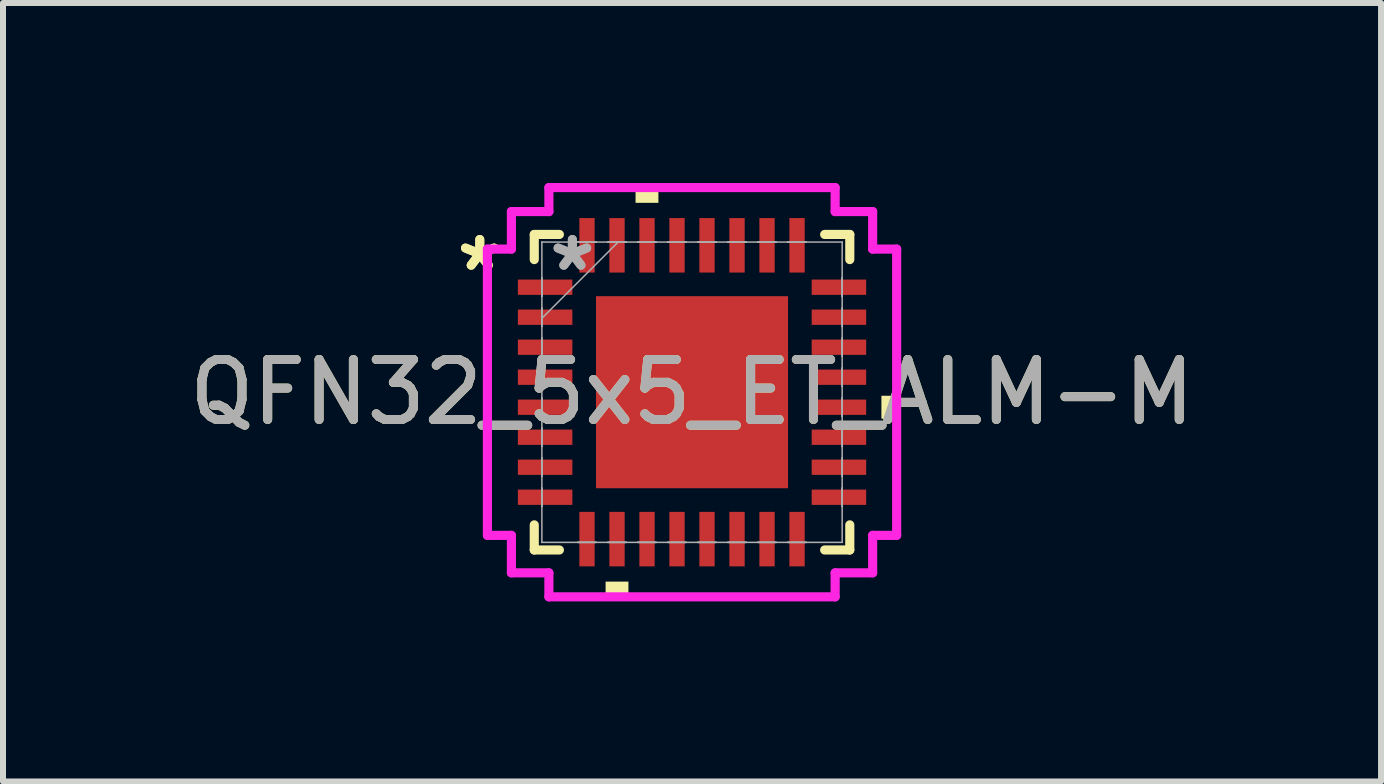
<source format=kicad_pcb>
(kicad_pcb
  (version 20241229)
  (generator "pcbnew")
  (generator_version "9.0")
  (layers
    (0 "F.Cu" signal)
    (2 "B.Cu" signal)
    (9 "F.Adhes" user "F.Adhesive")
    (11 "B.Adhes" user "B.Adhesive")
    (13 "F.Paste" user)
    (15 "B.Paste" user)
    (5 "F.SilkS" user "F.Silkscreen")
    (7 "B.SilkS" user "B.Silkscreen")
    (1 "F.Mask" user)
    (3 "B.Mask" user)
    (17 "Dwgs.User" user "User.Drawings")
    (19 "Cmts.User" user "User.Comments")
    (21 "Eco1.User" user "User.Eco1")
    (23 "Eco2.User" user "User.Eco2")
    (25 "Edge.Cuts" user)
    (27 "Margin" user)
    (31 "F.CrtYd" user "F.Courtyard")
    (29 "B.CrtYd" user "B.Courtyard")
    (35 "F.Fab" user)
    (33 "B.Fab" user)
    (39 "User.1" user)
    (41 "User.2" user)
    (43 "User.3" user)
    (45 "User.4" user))
  (footprint "QFN32_5x5_ET_ALM-M"
    (layer "F.Cu")
    (at 8.482 3.486)
    (property "Reference" "QFN32_5x5_ET_ALM-M" (at 0 0 0) (unlocked yes) (layer "F.SilkS") (effects (font (size 1 1) (thickness 0.15))))
    (attr smd)
    (fp_line (start -2.629 -2.629) (end -2.629 -2.21) (stroke (width 0.152) (type solid)) (layer "F.SilkS"))
    (fp_line (start -2.629 2.21) (end -2.629 2.629) (stroke (width 0.152) (type solid)) (layer "F.SilkS"))
    (fp_line (start -2.629 2.629) (end -2.21 2.629) (stroke (width 0.152) (type solid)) (layer "F.SilkS"))
    (fp_line (start -2.21 -2.629) (end -2.629 -2.629) (stroke (width 0.152) (type solid)) (layer "F.SilkS"))
    (fp_line (start 2.21 2.629) (end 2.629 2.629) (stroke (width 0.152) (type solid)) (layer "F.SilkS"))
    (fp_line (start 2.629 -2.629) (end 2.21 -2.629) (stroke (width 0.152) (type solid)) (layer "F.SilkS"))
    (fp_line (start 2.629 -2.21) (end 2.629 -2.629) (stroke (width 0.152) (type solid)) (layer "F.SilkS"))
    (fp_line (start 2.629 2.629) (end 2.629 2.21) (stroke (width 0.152) (type solid)) (layer "F.SilkS"))
    (fp_poly (pts (xy -1.44 3.156) (xy -1.44 3.41) (xy -1.06 3.41) (xy -1.06 3.156)) (stroke (width 0) (type solid)) (fill yes) (layer "F.SilkS"))
    (fp_poly (pts (xy -0.941 -3.156) (xy -0.941 -3.41) (xy -0.56 -3.41) (xy -0.56 -3.156)) (stroke (width 0) (type solid)) (fill yes) (layer "F.SilkS"))
    (fp_poly (pts (xy 3.41 0.059) (xy 3.41 0.441) (xy 3.156 0.441) (xy 3.156 0.059)) (stroke (width 0) (type solid)) (fill yes) (layer "F.SilkS"))
    (fp_poly (pts (xy -1.5 -1.5) (xy -1.5 -0.1) (xy -0.1 -0.1) (xy -0.1 -1.5)) (stroke (width 0) (type solid)) (fill yes) (layer "F.Paste"))
    (fp_poly (pts (xy -1.5 0.1) (xy -1.5 1.5) (xy -0.1 1.5) (xy -0.1 0.1)) (stroke (width 0) (type solid)) (fill yes) (layer "F.Paste"))
    (fp_poly (pts (xy 0.1 -1.5) (xy 0.1 -0.1) (xy 1.5 -0.1) (xy 1.5 -1.5)) (stroke (width 0) (type solid)) (fill yes) (layer "F.Paste"))
    (fp_poly (pts (xy 0.1 0.1) (xy 0.1 1.5) (xy 1.5 1.5) (xy 1.5 0.1)) (stroke (width 0) (type solid)) (fill yes) (layer "F.Paste"))
    (fp_line (start -3.41 -2.385) (end -3.01 -2.385) (stroke (width 0.152) (type solid)) (layer "F.CrtYd"))
    (fp_line (start -3.41 2.385) (end -3.41 -2.385) (stroke (width 0.152) (type solid)) (layer "F.CrtYd"))
    (fp_line (start -3.01 -3.01) (end -2.385 -3.01) (stroke (width 0.152) (type solid)) (layer "F.CrtYd"))
    (fp_line (start -3.01 -2.385) (end -3.01 -3.01) (stroke (width 0.152) (type solid)) (layer "F.CrtYd"))
    (fp_line (start -3.01 2.385) (end -3.41 2.385) (stroke (width 0.152) (type solid)) (layer "F.CrtYd"))
    (fp_line (start -3.01 3.01) (end -3.01 2.385) (stroke (width 0.152) (type solid)) (layer "F.CrtYd"))
    (fp_line (start -2.385 -3.41) (end 2.385 -3.41) (stroke (width 0.152) (type solid)) (layer "F.CrtYd"))
    (fp_line (start -2.385 -3.01) (end -2.385 -3.41) (stroke (width 0.152) (type solid)) (layer "F.CrtYd"))
    (fp_line (start -2.385 3.01) (end -3.01 3.01) (stroke (width 0.152) (type solid)) (layer "F.CrtYd"))
    (fp_line (start -2.385 3.41) (end -2.385 3.01) (stroke (width 0.152) (type solid)) (layer "F.CrtYd"))
    (fp_line (start 2.385 -3.41) (end 2.385 -3.01) (stroke (width 0.152) (type solid)) (layer "F.CrtYd"))
    (fp_line (start 2.385 -3.01) (end 3.01 -3.01) (stroke (width 0.152) (type solid)) (layer "F.CrtYd"))
    (fp_line (start 2.385 3.01) (end 2.385 3.41) (stroke (width 0.152) (type solid)) (layer "F.CrtYd"))
    (fp_line (start 2.385 3.41) (end -2.385 3.41) (stroke (width 0.152) (type solid)) (layer "F.CrtYd"))
    (fp_line (start 3.01 -3.01) (end 3.01 -2.385) (stroke (width 0.152) (type solid)) (layer "F.CrtYd"))
    (fp_line (start 3.01 -2.385) (end 3.41 -2.385) (stroke (width 0.152) (type solid)) (layer "F.CrtYd"))
    (fp_line (start 3.01 2.385) (end 3.01 3.01) (stroke (width 0.152) (type solid)) (layer "F.CrtYd"))
    (fp_line (start 3.01 3.01) (end 2.385 3.01) (stroke (width 0.152) (type solid)) (layer "F.CrtYd"))
    (fp_line (start 3.41 -2.385) (end 3.41 2.385) (stroke (width 0.152) (type solid)) (layer "F.CrtYd"))
    (fp_line (start 3.41 2.385) (end 3.01 2.385) (stroke (width 0.152) (type solid)) (layer "F.CrtYd"))
    (fp_line (start -2.502 -2.502) (end -2.502 -2.502) (stroke (width 0.025) (type solid)) (layer "F.Fab"))
    (fp_line (start -2.502 -2.502) (end -2.502 2.502) (stroke (width 0.025) (type solid)) (layer "F.Fab"))
    (fp_line (start -2.502 -1.902) (end -2.502 -1.902) (stroke (width 0.025) (type solid)) (layer "F.Fab"))
    (fp_line (start -2.502 -1.902) (end -2.502 -1.598) (stroke (width 0.025) (type solid)) (layer "F.Fab"))
    (fp_line (start -2.502 -1.598) (end -2.502 -1.902) (stroke (width 0.025) (type solid)) (layer "F.Fab"))
    (fp_line (start -2.502 -1.598) (end -2.502 -1.598) (stroke (width 0.025) (type solid)) (layer "F.Fab"))
    (fp_line (start -2.502 -1.402) (end -2.502 -1.402) (stroke (width 0.025) (type solid)) (layer "F.Fab"))
    (fp_line (start -2.502 -1.402) (end -2.502 -1.098) (stroke (width 0.025) (type solid)) (layer "F.Fab"))
    (fp_line (start -2.502 -1.232) (end -1.232 -2.502) (stroke (width 0.025) (type solid)) (layer "F.Fab"))
    (fp_line (start -2.502 -1.098) (end -2.502 -1.402) (stroke (width 0.025) (type solid)) (layer "F.Fab"))
    (fp_line (start -2.502 -1.098) (end -2.502 -1.098) (stroke (width 0.025) (type solid)) (layer "F.Fab"))
    (fp_line (start -2.502 -0.902) (end -2.502 -0.902) (stroke (width 0.025) (type solid)) (layer "F.Fab"))
    (fp_line (start -2.502 -0.902) (end -2.502 -0.598) (stroke (width 0.025) (type solid)) (layer "F.Fab"))
    (fp_line (start -2.502 -0.598) (end -2.502 -0.902) (stroke (width 0.025) (type solid)) (layer "F.Fab"))
    (fp_line (start -2.502 -0.598) (end -2.502 -0.598) (stroke (width 0.025) (type solid)) (layer "F.Fab"))
    (fp_line (start -2.502 -0.402) (end -2.502 -0.402) (stroke (width 0.025) (type solid)) (layer "F.Fab"))
    (fp_line (start -2.502 -0.402) (end -2.502 -0.098) (stroke (width 0.025) (type solid)) (layer "F.Fab"))
    (fp_line (start -2.502 -0.098) (end -2.502 -0.402) (stroke (width 0.025) (type solid)) (layer "F.Fab"))
    (fp_line (start -2.502 -0.098) (end -2.502 -0.098) (stroke (width 0.025) (type solid)) (layer "F.Fab"))
    (fp_line (start -2.502 0.098) (end -2.502 0.098) (stroke (width 0.025) (type solid)) (layer "F.Fab"))
    (fp_line (start -2.502 0.098) (end -2.502 0.402) (stroke (width 0.025) (type solid)) (layer "F.Fab"))
    (fp_line (start -2.502 0.402) (end -2.502 0.098) (stroke (width 0.025) (type solid)) (layer "F.Fab"))
    (fp_line (start -2.502 0.402) (end -2.502 0.402) (stroke (width 0.025) (type solid)) (layer "F.Fab"))
    (fp_line (start -2.502 0.598) (end -2.502 0.598) (stroke (width 0.025) (type solid)) (layer "F.Fab"))
    (fp_line (start -2.502 0.598) (end -2.502 0.902) (stroke (width 0.025) (type solid)) (layer "F.Fab"))
    (fp_line (start -2.502 0.902) (end -2.502 0.598) (stroke (width 0.025) (type solid)) (layer "F.Fab"))
    (fp_line (start -2.502 0.902) (end -2.502 0.902) (stroke (width 0.025) (type solid)) (layer "F.Fab"))
    (fp_line (start -2.502 1.098) (end -2.502 1.098) (stroke (width 0.025) (type solid)) (layer "F.Fab"))
    (fp_line (start -2.502 1.098) (end -2.502 1.402) (stroke (width 0.025) (type solid)) (layer "F.Fab"))
    (fp_line (start -2.502 1.402) (end -2.502 1.098) (stroke (width 0.025) (type solid)) (layer "F.Fab"))
    (fp_line (start -2.502 1.402) (end -2.502 1.402) (stroke (width 0.025) (type solid)) (layer "F.Fab"))
    (fp_line (start -2.502 1.598) (end -2.502 1.598) (stroke (width 0.025) (type solid)) (layer "F.Fab"))
    (fp_line (start -2.502 1.598) (end -2.502 1.902) (stroke (width 0.025) (type solid)) (layer "F.Fab"))
    (fp_line (start -2.502 1.902) (end -2.502 1.598) (stroke (width 0.025) (type solid)) (layer "F.Fab"))
    (fp_line (start -2.502 1.902) (end -2.502 1.902) (stroke (width 0.025) (type solid)) (layer "F.Fab"))
    (fp_line (start -2.502 2.502) (end -2.502 2.502) (stroke (width 0.025) (type solid)) (layer "F.Fab"))
    (fp_line (start -2.502 2.502) (end 2.502 2.502) (stroke (width 0.025) (type solid)) (layer "F.Fab"))
    (fp_line (start -1.902 -2.502) (end -1.902 -2.502) (stroke (width 0.025) (type solid)) (layer "F.Fab"))
    (fp_line (start -1.902 -2.502) (end -1.598 -2.502) (stroke (width 0.025) (type solid)) (layer "F.Fab"))
    (fp_line (start -1.902 2.502) (end -1.902 2.502) (stroke (width 0.025) (type solid)) (layer "F.Fab"))
    (fp_line (start -1.902 2.502) (end -1.598 2.502) (stroke (width 0.025) (type solid)) (layer "F.Fab"))
    (fp_line (start -1.598 -2.502) (end -1.902 -2.502) (stroke (width 0.025) (type solid)) (layer "F.Fab"))
    (fp_line (start -1.598 -2.502) (end -1.598 -2.502) (stroke (width 0.025) (type solid)) (layer "F.Fab"))
    (fp_line (start -1.598 2.502) (end -1.902 2.502) (stroke (width 0.025) (type solid)) (layer "F.Fab"))
    (fp_line (start -1.598 2.502) (end -1.598 2.502) (stroke (width 0.025) (type solid)) (layer "F.Fab"))
    (fp_line (start -1.402 -2.502) (end -1.402 -2.502) (stroke (width 0.025) (type solid)) (layer "F.Fab"))
    (fp_line (start -1.402 -2.502) (end -1.098 -2.502) (stroke (width 0.025) (type solid)) (layer "F.Fab"))
    (fp_line (start -1.402 2.502) (end -1.402 2.502) (stroke (width 0.025) (type solid)) (layer "F.Fab"))
    (fp_line (start -1.402 2.502) (end -1.098 2.502) (stroke (width 0.025) (type solid)) (layer "F.Fab"))
    (fp_line (start -1.098 -2.502) (end -1.402 -2.502) (stroke (width 0.025) (type solid)) (layer "F.Fab"))
    (fp_line (start -1.098 -2.502) (end -1.098 -2.502) (stroke (width 0.025) (type solid)) (layer "F.Fab"))
    (fp_line (start -1.098 2.502) (end -1.402 2.502) (stroke (width 0.025) (type solid)) (layer "F.Fab"))
    (fp_line (start -1.098 2.502) (end -1.098 2.502) (stroke (width 0.025) (type solid)) (layer "F.Fab"))
    (fp_line (start -0.902 -2.502) (end -0.902 -2.502) (stroke (width 0.025) (type solid)) (layer "F.Fab"))
    (fp_line (start -0.902 -2.502) (end -0.598 -2.502) (stroke (width 0.025) (type solid)) (layer "F.Fab"))
    (fp_line (start -0.902 2.502) (end -0.902 2.502) (stroke (width 0.025) (type solid)) (layer "F.Fab"))
    (fp_line (start -0.902 2.502) (end -0.598 2.502) (stroke (width 0.025) (type solid)) (layer "F.Fab"))
    (fp_line (start -0.598 -2.502) (end -0.902 -2.502) (stroke (width 0.025) (type solid)) (layer "F.Fab"))
    (fp_line (start -0.598 -2.502) (end -0.598 -2.502) (stroke (width 0.025) (type solid)) (layer "F.Fab"))
    (fp_line (start -0.598 2.502) (end -0.902 2.502) (stroke (width 0.025) (type solid)) (layer "F.Fab"))
    (fp_line (start -0.598 2.502) (end -0.598 2.502) (stroke (width 0.025) (type solid)) (layer "F.Fab"))
    (fp_line (start -0.402 -2.502) (end -0.402 -2.502) (stroke (width 0.025) (type solid)) (layer "F.Fab"))
    (fp_line (start -0.402 -2.502) (end -0.098 -2.502) (stroke (width 0.025) (type solid)) (layer "F.Fab"))
    (fp_line (start -0.402 2.502) (end -0.402 2.502) (stroke (width 0.025) (type solid)) (layer "F.Fab"))
    (fp_line (start -0.402 2.502) (end -0.098 2.502) (stroke (width 0.025) (type solid)) (layer "F.Fab"))
    (fp_line (start -0.098 -2.502) (end -0.402 -2.502) (stroke (width 0.025) (type solid)) (layer "F.Fab"))
    (fp_line (start -0.098 -2.502) (end -0.098 -2.502) (stroke (width 0.025) (type solid)) (layer "F.Fab"))
    (fp_line (start -0.098 2.502) (end -0.402 2.502) (stroke (width 0.025) (type solid)) (layer "F.Fab"))
    (fp_line (start -0.098 2.502) (end -0.098 2.502) (stroke (width 0.025) (type solid)) (layer "F.Fab"))
    (fp_line (start 0.098 -2.502) (end 0.098 -2.502) (stroke (width 0.025) (type solid)) (layer "F.Fab"))
    (fp_line (start 0.098 -2.502) (end 0.402 -2.502) (stroke (width 0.025) (type solid)) (layer "F.Fab"))
    (fp_line (start 0.098 2.502) (end 0.098 2.502) (stroke (width 0.025) (type solid)) (layer "F.Fab"))
    (fp_line (start 0.098 2.502) (end 0.402 2.502) (stroke (width 0.025) (type solid)) (layer "F.Fab"))
    (fp_line (start 0.402 -2.502) (end 0.098 -2.502) (stroke (width 0.025) (type solid)) (layer "F.Fab"))
    (fp_line (start 0.402 -2.502) (end 0.402 -2.502) (stroke (width 0.025) (type solid)) (layer "F.Fab"))
    (fp_line (start 0.402 2.502) (end 0.098 2.502) (stroke (width 0.025) (type solid)) (layer "F.Fab"))
    (fp_line (start 0.402 2.502) (end 0.402 2.502) (stroke (width 0.025) (type solid)) (layer "F.Fab"))
    (fp_line (start 0.598 -2.502) (end 0.598 -2.502) (stroke (width 0.025) (type solid)) (layer "F.Fab"))
    (fp_line (start 0.598 -2.502) (end 0.902 -2.502) (stroke (width 0.025) (type solid)) (layer "F.Fab"))
    (fp_line (start 0.598 2.502) (end 0.598 2.502) (stroke (width 0.025) (type solid)) (layer "F.Fab"))
    (fp_line (start 0.598 2.502) (end 0.902 2.502) (stroke (width 0.025) (type solid)) (layer "F.Fab"))
    (fp_line (start 0.902 -2.502) (end 0.598 -2.502) (stroke (width 0.025) (type solid)) (layer "F.Fab"))
    (fp_line (start 0.902 -2.502) (end 0.902 -2.502) (stroke (width 0.025) (type solid)) (layer "F.Fab"))
    (fp_line (start 0.902 2.502) (end 0.598 2.502) (stroke (width 0.025) (type solid)) (layer "F.Fab"))
    (fp_line (start 0.902 2.502) (end 0.902 2.502) (stroke (width 0.025) (type solid)) (layer "F.Fab"))
    (fp_line (start 1.098 -2.502) (end 1.098 -2.502) (stroke (width 0.025) (type solid)) (layer "F.Fab"))
    (fp_line (start 1.098 -2.502) (end 1.402 -2.502) (stroke (width 0.025) (type solid)) (layer "F.Fab"))
    (fp_line (start 1.098 2.502) (end 1.098 2.502) (stroke (width 0.025) (type solid)) (layer "F.Fab"))
    (fp_line (start 1.098 2.502) (end 1.402 2.502) (stroke (width 0.025) (type solid)) (layer "F.Fab"))
    (fp_line (start 1.402 -2.502) (end 1.098 -2.502) (stroke (width 0.025) (type solid)) (layer "F.Fab"))
    (fp_line (start 1.402 -2.502) (end 1.402 -2.502) (stroke (width 0.025) (type solid)) (layer "F.Fab"))
    (fp_line (start 1.402 2.502) (end 1.098 2.502) (stroke (width 0.025) (type solid)) (layer "F.Fab"))
    (fp_line (start 1.402 2.502) (end 1.402 2.502) (stroke (width 0.025) (type solid)) (layer "F.Fab"))
    (fp_line (start 1.598 -2.502) (end 1.598 -2.502) (stroke (width 0.025) (type solid)) (layer "F.Fab"))
    (fp_line (start 1.598 -2.502) (end 1.902 -2.502) (stroke (width 0.025) (type solid)) (layer "F.Fab"))
    (fp_line (start 1.598 2.502) (end 1.598 2.502) (stroke (width 0.025) (type solid)) (layer "F.Fab"))
    (fp_line (start 1.598 2.502) (end 1.902 2.502) (stroke (width 0.025) (type solid)) (layer "F.Fab"))
    (fp_line (start 1.902 -2.502) (end 1.598 -2.502) (stroke (width 0.025) (type solid)) (layer "F.Fab"))
    (fp_line (start 1.902 -2.502) (end 1.902 -2.502) (stroke (width 0.025) (type solid)) (layer "F.Fab"))
    (fp_line (start 1.902 2.502) (end 1.598 2.502) (stroke (width 0.025) (type solid)) (layer "F.Fab"))
    (fp_line (start 1.902 2.502) (end 1.902 2.502) (stroke (width 0.025) (type solid)) (layer "F.Fab"))
    (fp_line (start 2.502 -2.502) (end -2.502 -2.502) (stroke (width 0.025) (type solid)) (layer "F.Fab"))
    (fp_line (start 2.502 -2.502) (end 2.502 -2.502) (stroke (width 0.025) (type solid)) (layer "F.Fab"))
    (fp_line (start 2.502 -1.902) (end 2.502 -1.902) (stroke (width 0.025) (type solid)) (layer "F.Fab"))
    (fp_line (start 2.502 -1.902) (end 2.502 -1.598) (stroke (width 0.025) (type solid)) (layer "F.Fab"))
    (fp_line (start 2.502 -1.598) (end 2.502 -1.902) (stroke (width 0.025) (type solid)) (layer "F.Fab"))
    (fp_line (start 2.502 -1.598) (end 2.502 -1.598) (stroke (width 0.025) (type solid)) (layer "F.Fab"))
    (fp_line (start 2.502 -1.402) (end 2.502 -1.402) (stroke (width 0.025) (type solid)) (layer "F.Fab"))
    (fp_line (start 2.502 -1.402) (end 2.502 -1.098) (stroke (width 0.025) (type solid)) (layer "F.Fab"))
    (fp_line (start 2.502 -1.098) (end 2.502 -1.402) (stroke (width 0.025) (type solid)) (layer "F.Fab"))
    (fp_line (start 2.502 -1.098) (end 2.502 -1.098) (stroke (width 0.025) (type solid)) (layer "F.Fab"))
    (fp_line (start 2.502 -0.902) (end 2.502 -0.902) (stroke (width 0.025) (type solid)) (layer "F.Fab"))
    (fp_line (start 2.502 -0.902) (end 2.502 -0.598) (stroke (width 0.025) (type solid)) (layer "F.Fab"))
    (fp_line (start 2.502 -0.598) (end 2.502 -0.902) (stroke (width 0.025) (type solid)) (layer "F.Fab"))
    (fp_line (start 2.502 -0.598) (end 2.502 -0.598) (stroke (width 0.025) (type solid)) (layer "F.Fab"))
    (fp_line (start 2.502 -0.402) (end 2.502 -0.402) (stroke (width 0.025) (type solid)) (layer "F.Fab"))
    (fp_line (start 2.502 -0.402) (end 2.502 -0.098) (stroke (width 0.025) (type solid)) (layer "F.Fab"))
    (fp_line (start 2.502 -0.098) (end 2.502 -0.402) (stroke (width 0.025) (type solid)) (layer "F.Fab"))
    (fp_line (start 2.502 -0.098) (end 2.502 -0.098) (stroke (width 0.025) (type solid)) (layer "F.Fab"))
    (fp_line (start 2.502 0.098) (end 2.502 0.098) (stroke (width 0.025) (type solid)) (layer "F.Fab"))
    (fp_line (start 2.502 0.098) (end 2.502 0.402) (stroke (width 0.025) (type solid)) (layer "F.Fab"))
    (fp_line (start 2.502 0.402) (end 2.502 0.098) (stroke (width 0.025) (type solid)) (layer "F.Fab"))
    (fp_line (start 2.502 0.402) (end 2.502 0.402) (stroke (width 0.025) (type solid)) (layer "F.Fab"))
    (fp_line (start 2.502 0.598) (end 2.502 0.598) (stroke (width 0.025) (type solid)) (layer "F.Fab"))
    (fp_line (start 2.502 0.598) (end 2.502 0.902) (stroke (width 0.025) (type solid)) (layer "F.Fab"))
    (fp_line (start 2.502 0.902) (end 2.502 0.598) (stroke (width 0.025) (type solid)) (layer "F.Fab"))
    (fp_line (start 2.502 0.902) (end 2.502 0.902) (stroke (width 0.025) (type solid)) (layer "F.Fab"))
    (fp_line (start 2.502 1.098) (end 2.502 1.098) (stroke (width 0.025) (type solid)) (layer "F.Fab"))
    (fp_line (start 2.502 1.098) (end 2.502 1.402) (stroke (width 0.025) (type solid)) (layer "F.Fab"))
    (fp_line (start 2.502 1.402) (end 2.502 1.098) (stroke (width 0.025) (type solid)) (layer "F.Fab"))
    (fp_line (start 2.502 1.402) (end 2.502 1.402) (stroke (width 0.025) (type solid)) (layer "F.Fab"))
    (fp_line (start 2.502 1.598) (end 2.502 1.598) (stroke (width 0.025) (type solid)) (layer "F.Fab"))
    (fp_line (start 2.502 1.598) (end 2.502 1.902) (stroke (width 0.025) (type solid)) (layer "F.Fab"))
    (fp_line (start 2.502 1.902) (end 2.502 1.598) (stroke (width 0.025) (type solid)) (layer "F.Fab"))
    (fp_line (start 2.502 1.902) (end 2.502 1.902) (stroke (width 0.025) (type solid)) (layer "F.Fab"))
    (fp_line (start 2.502 2.502) (end 2.502 -2.502) (stroke (width 0.025) (type solid)) (layer "F.Fab"))
    (fp_line (start 2.502 2.502) (end 2.502 2.502) (stroke (width 0.025) (type solid)) (layer "F.Fab"))
    (fp_text user "*" (at -3.537 -2 0) (unlocked yes) (layer "F.SilkS") (effects (font (size 1 1) (thickness 0.15))))
    (fp_text user "*" (at -3.537 -2 0) (layer "F.SilkS") (effects (font (size 1 1) (thickness 0.15))))
    (fp_text user "*" (at -1.994 -2 0) (layer "F.Fab") (effects (font (size 1 1) (thickness 0.15))))
    (fp_text user "*" (at -1.994 -2 0) (unlocked yes) (layer "F.Fab") (effects (font (size 1 1) (thickness 0.15))))
    (fp_text user "${REFERENCE}" (at 0 0 0) (unlocked yes) (layer "F.Fab") (effects (font (size 1 1) (thickness 0.15))))
    (pad "1" smd rect (at -2.448 -1.75 90) (size 0.255 0.908) (layers "F.Cu" "F.Mask" "F.Paste"))
    (pad "2" smd rect (at -2.448 -1.25 90) (size 0.255 0.908) (layers "F.Cu" "F.Mask" "F.Paste"))
    (pad "3" smd rect (at -2.448 -0.75 90) (size 0.255 0.908) (layers "F.Cu" "F.Mask" "F.Paste"))
    (pad "4" smd rect (at -2.448 -0.25 90) (size 0.255 0.908) (layers "F.Cu" "F.Mask" "F.Paste"))
    (pad "5" smd rect (at -2.448 0.25 90) (size 0.255 0.908) (layers "F.Cu" "F.Mask" "F.Paste"))
    (pad "6" smd rect (at -2.448 0.75 90) (size 0.255 0.908) (layers "F.Cu" "F.Mask" "F.Paste"))
    (pad "7" smd rect (at -2.448 1.25 90) (size 0.255 0.908) (layers "F.Cu" "F.Mask" "F.Paste"))
    (pad "8" smd rect (at -2.448 1.75 90) (size 0.255 0.908) (layers "F.Cu" "F.Mask" "F.Paste"))
    (pad "9" smd rect (at -1.75 2.448) (size 0.255 0.908) (layers "F.Cu" "F.Mask" "F.Paste"))
    (pad "10" smd rect (at -1.25 2.448) (size 0.255 0.908) (layers "F.Cu" "F.Mask" "F.Paste"))
    (pad "11" smd rect (at -0.75 2.448) (size 0.255 0.908) (layers "F.Cu" "F.Mask" "F.Paste"))
    (pad "12" smd rect (at -0.25 2.448) (size 0.255 0.908) (layers "F.Cu" "F.Mask" "F.Paste"))
    (pad "13" smd rect (at 0.25 2.448) (size 0.255 0.908) (layers "F.Cu" "F.Mask" "F.Paste"))
    (pad "14" smd rect (at 0.75 2.448) (size 0.255 0.908) (layers "F.Cu" "F.Mask" "F.Paste"))
    (pad "15" smd rect (at 1.25 2.448) (size 0.255 0.908) (layers "F.Cu" "F.Mask" "F.Paste"))
    (pad "16" smd rect (at 1.75 2.448) (size 0.255 0.908) (layers "F.Cu" "F.Mask" "F.Paste"))
    (pad "17" smd rect (at 2.448 1.75 90) (size 0.255 0.908) (layers "F.Cu" "F.Mask" "F.Paste"))
    (pad "18" smd rect (at 2.448 1.25 90) (size 0.255 0.908) (layers "F.Cu" "F.Mask" "F.Paste"))
    (pad "19" smd rect (at 2.448 0.75 90) (size 0.255 0.908) (layers "F.Cu" "F.Mask" "F.Paste"))
    (pad "20" smd rect (at 2.448 0.25 90) (size 0.255 0.908) (layers "F.Cu" "F.Mask" "F.Paste"))
    (pad "21" smd rect (at 2.448 -0.25 90) (size 0.255 0.908) (layers "F.Cu" "F.Mask" "F.Paste"))
    (pad "22" smd rect (at 2.448 -0.75 90) (size 0.255 0.908) (layers "F.Cu" "F.Mask" "F.Paste"))
    (pad "23" smd rect (at 2.448 -1.25 90) (size 0.255 0.908) (layers "F.Cu" "F.Mask" "F.Paste"))
    (pad "24" smd rect (at 2.448 -1.75 90) (size 0.255 0.908) (layers "F.Cu" "F.Mask" "F.Paste"))
    (pad "25" smd rect (at 1.75 -2.448) (size 0.255 0.908) (layers "F.Cu" "F.Mask" "F.Paste"))
    (pad "26" smd rect (at 1.25 -2.448) (size 0.255 0.908) (layers "F.Cu" "F.Mask" "F.Paste"))
    (pad "27" smd rect (at 0.75 -2.448) (size 0.255 0.908) (layers "F.Cu" "F.Mask" "F.Paste"))
    (pad "28" smd rect (at 0.25 -2.448) (size 0.255 0.908) (layers "F.Cu" "F.Mask" "F.Paste"))
    (pad "29" smd rect (at -0.25 -2.448) (size 0.255 0.908) (layers "F.Cu" "F.Mask" "F.Paste"))
    (pad "30" smd rect (at -0.75 -2.448) (size 0.255 0.908) (layers "F.Cu" "F.Mask" "F.Paste"))
    (pad "31" smd rect (at -1.25 -2.448) (size 0.255 0.908) (layers "F.Cu" "F.Mask" "F.Paste"))
    (pad "32" smd rect (at -1.75 -2.448) (size 0.255 0.908) (layers "F.Cu" "F.Mask" "F.Paste"))
    (pad "33" smd rect (at 0 0) (size 3.2 3.2) (layers "F.Cu" "F.Mask" "F.Paste")))
  (gr_rect
    (start -3 -3)
    (end 19.964 9.972)
    (stroke (width 0.1) (type default))
    (fill no)
    (layer "Edge.Cuts")))
</source>
